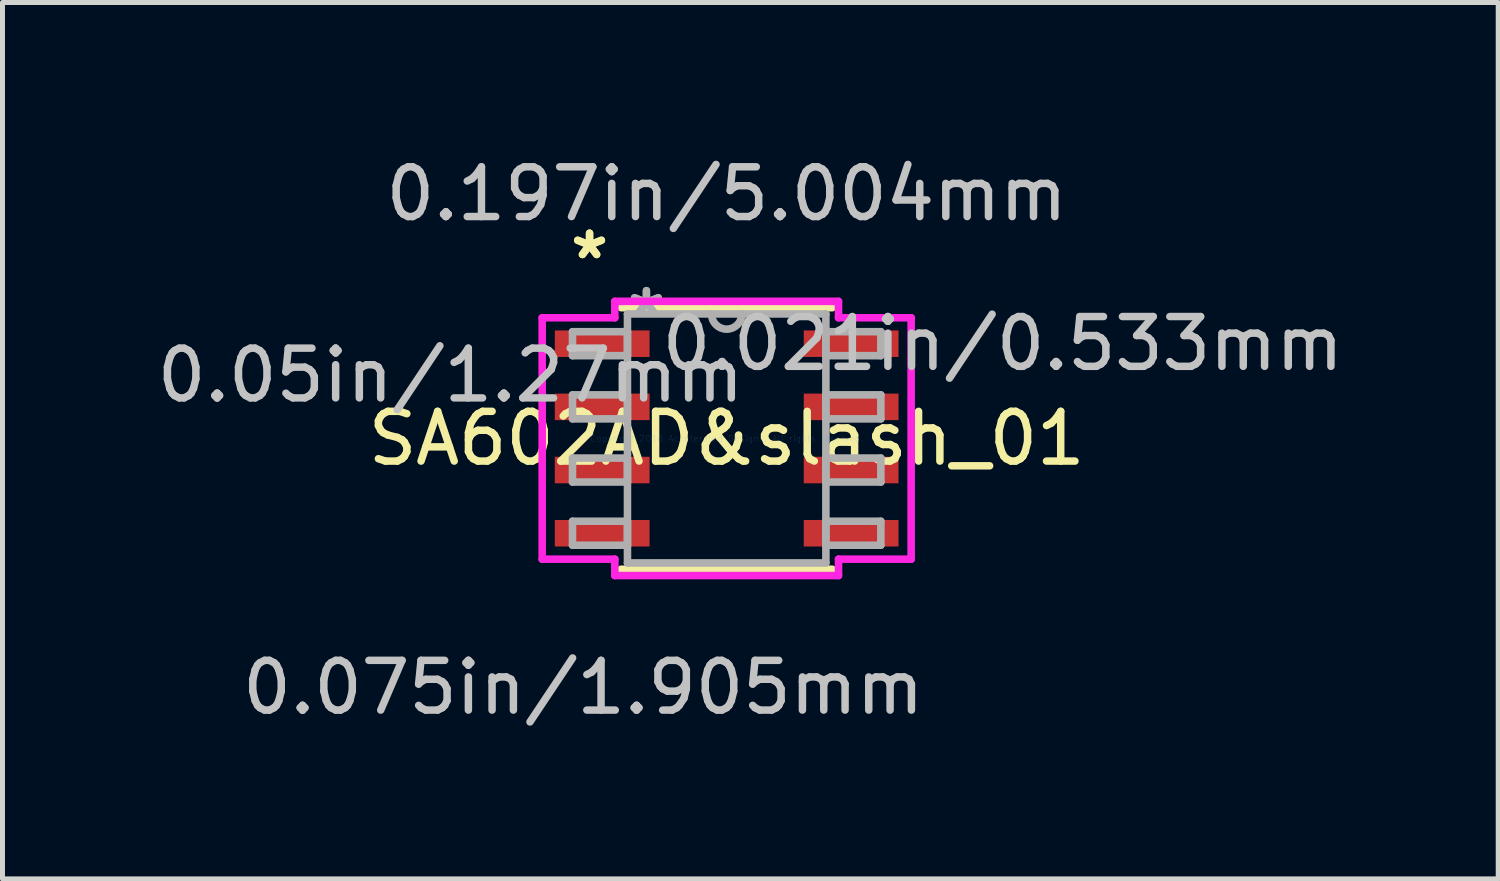
<source format=kicad_pcb>
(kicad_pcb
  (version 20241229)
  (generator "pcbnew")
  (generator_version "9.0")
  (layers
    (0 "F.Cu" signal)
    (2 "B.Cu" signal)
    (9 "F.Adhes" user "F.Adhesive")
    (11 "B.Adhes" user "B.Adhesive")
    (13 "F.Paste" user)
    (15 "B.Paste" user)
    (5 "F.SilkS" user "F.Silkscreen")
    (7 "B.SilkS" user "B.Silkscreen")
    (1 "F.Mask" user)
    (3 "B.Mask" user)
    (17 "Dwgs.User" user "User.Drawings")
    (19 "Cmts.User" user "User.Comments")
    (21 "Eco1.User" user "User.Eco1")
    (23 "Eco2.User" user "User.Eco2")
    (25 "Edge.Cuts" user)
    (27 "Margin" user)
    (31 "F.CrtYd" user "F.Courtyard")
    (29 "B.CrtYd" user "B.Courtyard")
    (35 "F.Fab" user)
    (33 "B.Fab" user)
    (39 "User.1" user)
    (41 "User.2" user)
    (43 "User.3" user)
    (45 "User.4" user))
  (footprint "SA602AD&slash_01"
    (layer "F.Cu")
    (at 11.176 5.853)
    (property "Reference" "SA602AD&slash_01" (at 0.38 -0.09 0) (layer "F.SilkS") (effects (font (size 1 1) (thickness 0.15))))
    (attr through_hole)
    (fp_line (start -1.741 2.539) (end 2.501 2.539) (stroke (width 0.152) (type solid)) (layer "F.SilkS"))
    (fp_line (start 2.501 -2.719) (end -1.741 -2.719) (stroke (width 0.152) (type solid)) (layer "F.SilkS"))
    (fp_line (start -3.328 -2.516) (end -1.868 -2.516) (stroke (width 0.152) (type solid)) (layer "F.CrtYd"))
    (fp_line (start -3.328 2.336) (end -3.328 -2.516) (stroke (width 0.152) (type solid)) (layer "F.CrtYd"))
    (fp_line (start -1.868 -2.846) (end 2.628 -2.846) (stroke (width 0.152) (type solid)) (layer "F.CrtYd"))
    (fp_line (start -1.868 -2.516) (end -1.868 -2.846) (stroke (width 0.152) (type solid)) (layer "F.CrtYd"))
    (fp_line (start -1.868 2.336) (end -3.328 2.336) (stroke (width 0.152) (type solid)) (layer "F.CrtYd"))
    (fp_line (start -1.868 2.666) (end -1.868 2.336) (stroke (width 0.152) (type solid)) (layer "F.CrtYd"))
    (fp_line (start 2.628 -2.846) (end 2.628 -2.516) (stroke (width 0.152) (type solid)) (layer "F.CrtYd"))
    (fp_line (start 2.628 -2.516) (end 4.088 -2.516) (stroke (width 0.152) (type solid)) (layer "F.CrtYd"))
    (fp_line (start 2.628 2.336) (end 2.628 2.666) (stroke (width 0.152) (type solid)) (layer "F.CrtYd"))
    (fp_line (start 2.628 2.666) (end -1.868 2.666) (stroke (width 0.152) (type solid)) (layer "F.CrtYd"))
    (fp_line (start 4.088 -2.516) (end 4.088 2.336) (stroke (width 0.152) (type solid)) (layer "F.CrtYd"))
    (fp_line (start 4.088 2.336) (end 2.628 2.336) (stroke (width 0.152) (type solid)) (layer "F.CrtYd"))
    (fp_line (start -2.719 -2.236) (end -2.719 -1.754) (stroke (width 0.152) (type solid)) (layer "F.Fab"))
    (fp_line (start -2.719 -1.754) (end -1.614 -1.754) (stroke (width 0.152) (type solid)) (layer "F.Fab"))
    (fp_line (start -2.719 -0.966) (end -2.719 -0.484) (stroke (width 0.152) (type solid)) (layer "F.Fab"))
    (fp_line (start -2.719 -0.484) (end -1.614 -0.484) (stroke (width 0.152) (type solid)) (layer "F.Fab"))
    (fp_line (start -2.719 0.304) (end -2.719 0.786) (stroke (width 0.152) (type solid)) (layer "F.Fab"))
    (fp_line (start -2.719 0.786) (end -1.614 0.786) (stroke (width 0.152) (type solid)) (layer "F.Fab"))
    (fp_line (start -2.719 1.574) (end -2.719 2.056) (stroke (width 0.152) (type solid)) (layer "F.Fab"))
    (fp_line (start -2.719 2.056) (end -1.614 2.056) (stroke (width 0.152) (type solid)) (layer "F.Fab"))
    (fp_line (start -1.614 -2.592) (end -1.614 2.412) (stroke (width 0.152) (type solid)) (layer "F.Fab"))
    (fp_line (start -1.614 -2.236) (end -2.719 -2.236) (stroke (width 0.152) (type solid)) (layer "F.Fab"))
    (fp_line (start -1.614 -1.754) (end -1.614 -2.236) (stroke (width 0.152) (type solid)) (layer "F.Fab"))
    (fp_line (start -1.614 -0.966) (end -2.719 -0.966) (stroke (width 0.152) (type solid)) (layer "F.Fab"))
    (fp_line (start -1.614 -0.484) (end -1.614 -0.966) (stroke (width 0.152) (type solid)) (layer "F.Fab"))
    (fp_line (start -1.614 0.304) (end -2.719 0.304) (stroke (width 0.152) (type solid)) (layer "F.Fab"))
    (fp_line (start -1.614 0.786) (end -1.614 0.304) (stroke (width 0.152) (type solid)) (layer "F.Fab"))
    (fp_line (start -1.614 1.574) (end -2.719 1.574) (stroke (width 0.152) (type solid)) (layer "F.Fab"))
    (fp_line (start -1.614 2.056) (end -1.614 1.574) (stroke (width 0.152) (type solid)) (layer "F.Fab"))
    (fp_line (start -1.614 2.412) (end 2.374 2.412) (stroke (width 0.152) (type solid)) (layer "F.Fab"))
    (fp_line (start 2.374 -2.592) (end -1.614 -2.592) (stroke (width 0.152) (type solid)) (layer "F.Fab"))
    (fp_line (start 2.374 -2.236) (end 2.374 -1.754) (stroke (width 0.152) (type solid)) (layer "F.Fab"))
    (fp_line (start 2.374 -1.754) (end 3.479 -1.754) (stroke (width 0.152) (type solid)) (layer "F.Fab"))
    (fp_line (start 2.374 -0.966) (end 2.374 -0.484) (stroke (width 0.152) (type solid)) (layer "F.Fab"))
    (fp_line (start 2.374 -0.484) (end 3.479 -0.484) (stroke (width 0.152) (type solid)) (layer "F.Fab"))
    (fp_line (start 2.374 0.304) (end 2.374 0.786) (stroke (width 0.152) (type solid)) (layer "F.Fab"))
    (fp_line (start 2.374 0.786) (end 3.479 0.786) (stroke (width 0.152) (type solid)) (layer "F.Fab"))
    (fp_line (start 2.374 1.574) (end 2.374 2.056) (stroke (width 0.152) (type solid)) (layer "F.Fab"))
    (fp_line (start 2.374 2.056) (end 3.479 2.056) (stroke (width 0.152) (type solid)) (layer "F.Fab"))
    (fp_line (start 2.374 2.412) (end 2.374 -2.592) (stroke (width 0.152) (type solid)) (layer "F.Fab"))
    (fp_line (start 3.479 -2.236) (end 2.374 -2.236) (stroke (width 0.152) (type solid)) (layer "F.Fab"))
    (fp_line (start 3.479 -1.754) (end 3.479 -2.236) (stroke (width 0.152) (type solid)) (layer "F.Fab"))
    (fp_line (start 3.479 -0.966) (end 2.374 -0.966) (stroke (width 0.152) (type solid)) (layer "F.Fab"))
    (fp_line (start 3.479 -0.484) (end 3.479 -0.966) (stroke (width 0.152) (type solid)) (layer "F.Fab"))
    (fp_line (start 3.479 0.304) (end 2.374 0.304) (stroke (width 0.152) (type solid)) (layer "F.Fab"))
    (fp_line (start 3.479 0.786) (end 3.479 0.304) (stroke (width 0.152) (type solid)) (layer "F.Fab"))
    (fp_line (start 3.479 1.574) (end 2.374 1.574) (stroke (width 0.152) (type solid)) (layer "F.Fab"))
    (fp_line (start 3.479 2.056) (end 3.479 1.574) (stroke (width 0.152) (type solid)) (layer "F.Fab"))
    (fp_arc (start 0.6848 -2.5919) (mid 0.38 -2.2871) (end 0.0752 -2.5919) (stroke (width 0.1524) (type solid)) (layer "F.Fab"))
    (fp_text user "*" (at -2.376 -3.671 0) (layer "F.SilkS") (effects (font (size 1 1) (thickness 0.15))))
    (fp_text user "*" (at -2.376 -3.671 0) (layer "F.SilkS") (effects (font (size 1 1) (thickness 0.15))))
    (fp_text user "0.021in/0.533mm" (at 5.93 -1.995 0) (layer "Dwgs.User") (effects (font (size 1 1) (thickness 0.15))))
    (fp_text user "0.197in/5.004mm" (at 0.38 -5.005 0) (layer "Dwgs.User") (effects (font (size 1 1) (thickness 0.15))))
    (fp_text user "0.075in/1.905mm" (at -2.502 4.915 0) (layer "Dwgs.User") (effects (font (size 1 1) (thickness 0.15))))
    (fp_text user "0.05in/1.27mm" (at -5.17 -1.36 0) (layer "Dwgs.User") (effects (font (size 1 1) (thickness 0.15))))
    (fp_text user "Copyright 2016 Accelerated Designs. All rights reserved." (at 0.38 -0.09 0) (layer "Cmts.User") (effects (font (size 0.127 0.127) (thickness 0.002))))
    (fp_text user "*" (at -1.233 -2.516 0) (layer "F.Fab") (effects (font (size 1 1) (thickness 0.15))))
    (fp_text user "*" (at -1.233 -2.516 0) (layer "F.Fab") (effects (font (size 1 1) (thickness 0.15))))
    (pad "1" smd rect (at -2.122 -1.995) (size 1.905 0.533) (layers "F.Cu" "F.Mask" "F.Paste"))
    (pad "2" smd rect (at -2.122 -0.725) (size 1.905 0.533) (layers "F.Cu" "F.Mask" "F.Paste"))
    (pad "3" smd rect (at -2.122 0.545) (size 1.905 0.533) (layers "F.Cu" "F.Mask" "F.Paste"))
    (pad "4" smd rect (at -2.122 1.815) (size 1.905 0.533) (layers "F.Cu" "F.Mask" "F.Paste"))
    (pad "5" smd rect (at 2.882 1.815) (size 1.905 0.533) (layers "F.Cu" "F.Mask" "F.Paste"))
    (pad "6" smd rect (at 2.882 0.545) (size 1.905 0.533) (layers "F.Cu" "F.Mask" "F.Paste"))
    (pad "7" smd rect (at 2.882 -0.725) (size 1.905 0.533) (layers "F.Cu" "F.Mask" "F.Paste"))
    (pad "8" smd rect (at 2.882 -1.995) (size 1.905 0.533) (layers "F.Cu" "F.Mask" "F.Paste")))
  (gr_rect
    (start -3 -3)
    (end 27.064 14.616)
    (stroke (width 0.1) (type default))
    (fill no)
    (layer "Edge.Cuts")))
</source>
